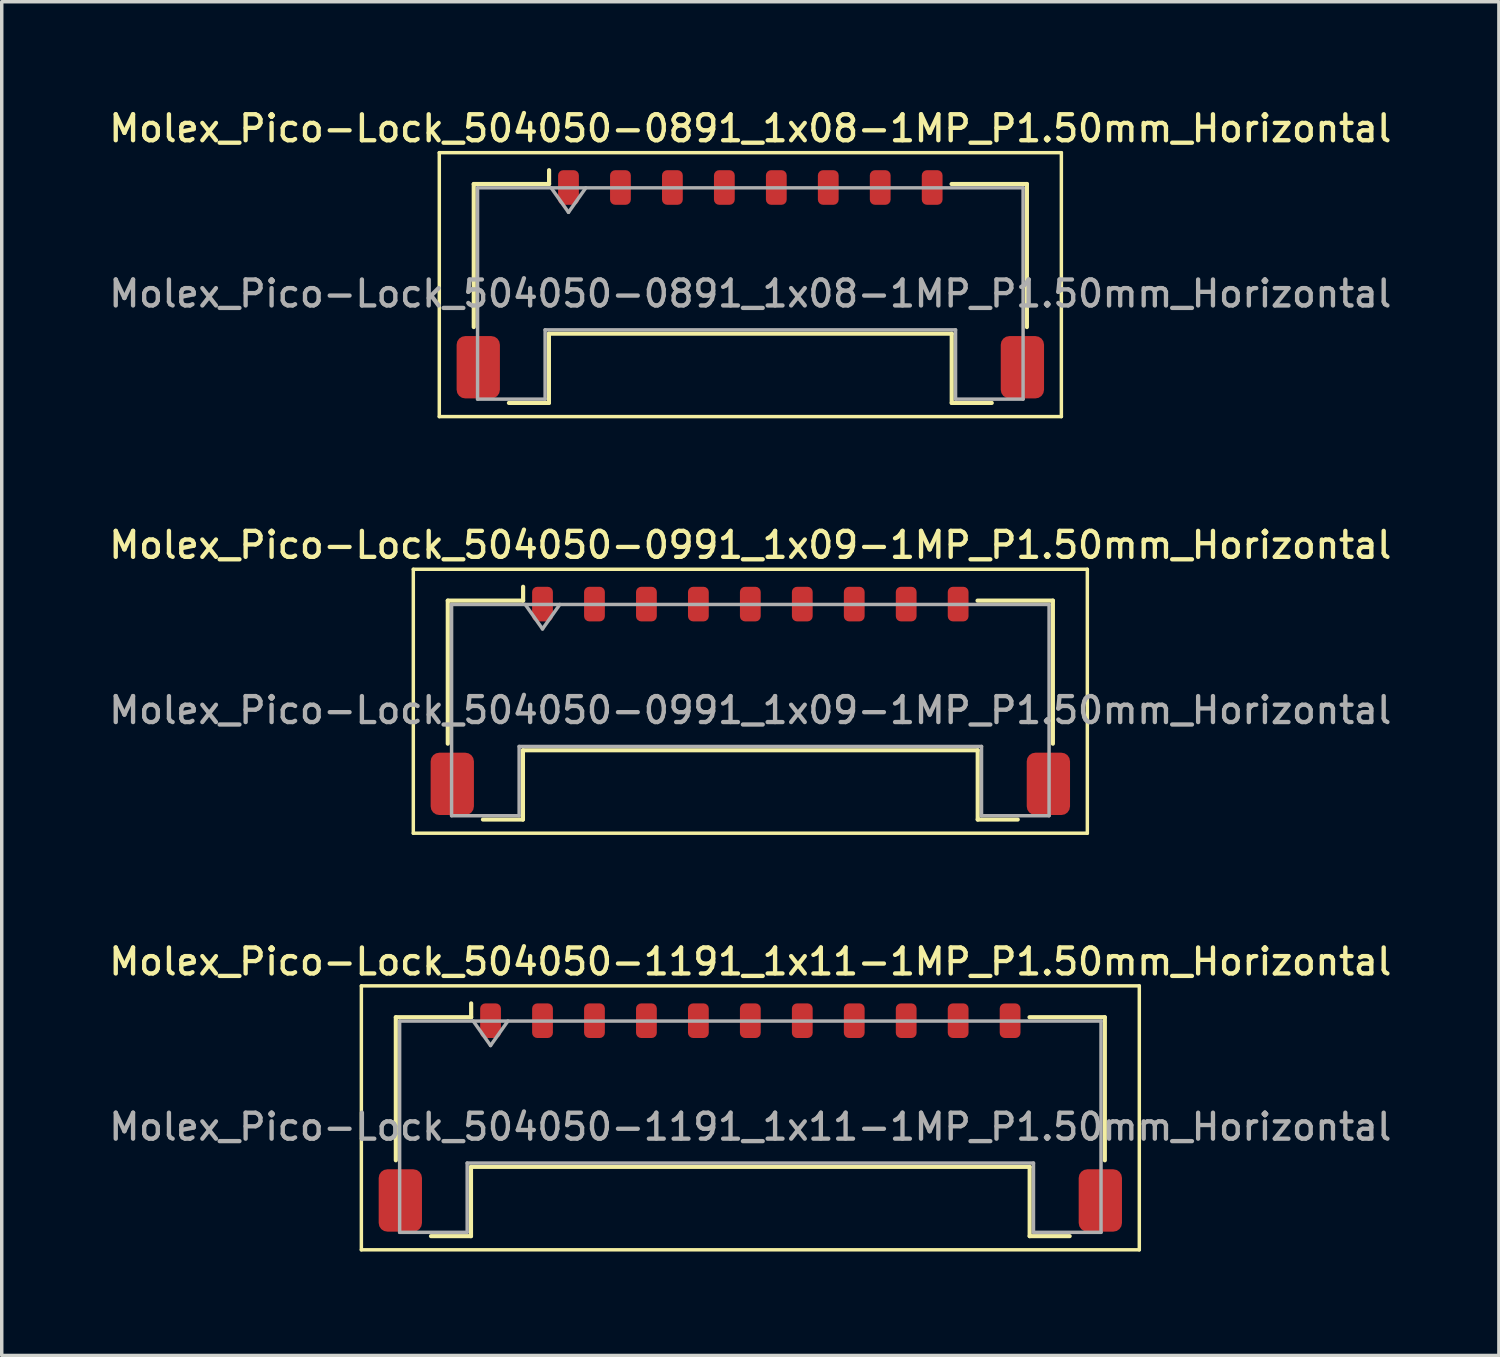
<source format=kicad_pcb>
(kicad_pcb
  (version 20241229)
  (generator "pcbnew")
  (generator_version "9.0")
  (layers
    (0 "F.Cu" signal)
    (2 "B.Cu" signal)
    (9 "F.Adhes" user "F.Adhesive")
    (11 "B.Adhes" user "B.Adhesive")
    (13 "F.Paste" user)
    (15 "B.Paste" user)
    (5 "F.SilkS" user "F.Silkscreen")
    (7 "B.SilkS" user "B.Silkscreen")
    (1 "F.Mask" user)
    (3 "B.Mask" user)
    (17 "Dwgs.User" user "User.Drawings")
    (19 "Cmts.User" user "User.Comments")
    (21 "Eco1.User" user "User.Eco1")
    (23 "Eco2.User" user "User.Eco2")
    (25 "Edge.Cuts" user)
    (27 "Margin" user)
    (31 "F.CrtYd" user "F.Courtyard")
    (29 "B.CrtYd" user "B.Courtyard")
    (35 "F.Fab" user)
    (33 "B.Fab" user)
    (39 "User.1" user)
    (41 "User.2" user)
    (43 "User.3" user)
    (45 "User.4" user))
  (footprint "Molex_Pico-Lock_504050-0891_1x08-1MP_P1.50mm_Horizontal"
    (layer "F.Cu")
    (at 18.613 5.158)
    (property "Reference" "Molex_Pico-Lock_504050-0891_1x08-1MP_P1.50mm_Horizontal" (at 0 -4.5 0) (layer "F.SilkS") (effects (font (size 0.75 0.75) (thickness 0.125))))
    (attr smd)
    (fp_line (start -8.98 -3.8) (end -8.98 3.82) (stroke (width 0.1) (type solid)) (layer "F.SilkS"))
    (fp_line (start -8.98 3.82) (end 8.98 3.82) (stroke (width 0.1) (type solid)) (layer "F.SilkS"))
    (fp_line (start -7.985 -2.895) (end -5.81 -2.895) (stroke (width 0.12) (type solid)) (layer "F.SilkS"))
    (fp_line (start -7.985 1.235) (end -7.985 -2.895) (stroke (width 0.12) (type solid)) (layer "F.SilkS"))
    (fp_line (start -6.97 3.425) (end -5.815 3.425) (stroke (width 0.12) (type solid)) (layer "F.SilkS"))
    (fp_line (start -5.815 1.425) (end 5.815 1.425) (stroke (width 0.12) (type solid)) (layer "F.SilkS"))
    (fp_line (start -5.815 3.425) (end -5.815 1.425) (stroke (width 0.12) (type solid)) (layer "F.SilkS"))
    (fp_line (start -5.81 -2.895) (end -5.81 -3.295) (stroke (width 0.12) (type solid)) (layer "F.SilkS"))
    (fp_line (start 5.815 1.425) (end 5.815 3.425) (stroke (width 0.12) (type solid)) (layer "F.SilkS"))
    (fp_line (start 5.815 3.425) (end 6.97 3.425) (stroke (width 0.12) (type solid)) (layer "F.SilkS"))
    (fp_line (start 7.985 -2.895) (end 5.81 -2.895) (stroke (width 0.12) (type solid)) (layer "F.SilkS"))
    (fp_line (start 7.985 1.235) (end 7.985 -2.895) (stroke (width 0.12) (type solid)) (layer "F.SilkS"))
    (fp_line (start 8.98 -3.8) (end -8.98 -3.8) (stroke (width 0.1) (type solid)) (layer "F.SilkS"))
    (fp_line (start 8.98 3.82) (end 8.98 -3.8) (stroke (width 0.1) (type solid)) (layer "F.SilkS"))
    (fp_line (start -7.875 -2.785) (end -7.875 3.315) (stroke (width 0.1) (type solid)) (layer "F.Fab"))
    (fp_line (start -7.875 -2.785) (end 7.875 -2.785) (stroke (width 0.1) (type solid)) (layer "F.Fab"))
    (fp_line (start -7.875 3.315) (end -5.925 3.315) (stroke (width 0.1) (type solid)) (layer "F.Fab"))
    (fp_line (start -5.925 1.315) (end 5.925 1.315) (stroke (width 0.1) (type solid)) (layer "F.Fab"))
    (fp_line (start -5.925 3.315) (end -5.925 1.315) (stroke (width 0.1) (type solid)) (layer "F.Fab"))
    (fp_line (start -5.75 -2.785) (end -5.25 -2.078) (stroke (width 0.1) (type solid)) (layer "F.Fab"))
    (fp_line (start -5.25 -2.078) (end -4.75 -2.785) (stroke (width 0.1) (type solid)) (layer "F.Fab"))
    (fp_line (start 5.925 1.315) (end 5.925 3.315) (stroke (width 0.1) (type solid)) (layer "F.Fab"))
    (fp_line (start 5.925 3.315) (end 7.875 3.315) (stroke (width 0.1) (type solid)) (layer "F.Fab"))
    (fp_line (start 7.875 -2.785) (end 7.875 3.315) (stroke (width 0.1) (type solid)) (layer "F.Fab"))
    (fp_text user "${REFERENCE}" (at 0 0.27 0) (layer "F.Fab") (effects (font (size 0.75 0.75) (thickness 0.125))))
    (pad "1" smd roundrect (at -5.25 -2.795) (size 0.6 1) (layers "F.Cu" "F.Mask" "F.Paste") (roundrect_rratio 0.25))
    (pad "2" smd roundrect (at -3.75 -2.795) (size 0.6 1) (layers "F.Cu" "F.Mask" "F.Paste") (roundrect_rratio 0.25))
    (pad "3" smd roundrect (at -2.25 -2.795) (size 0.6 1) (layers "F.Cu" "F.Mask" "F.Paste") (roundrect_rratio 0.25))
    (pad "4" smd roundrect (at -0.75 -2.795) (size 0.6 1) (layers "F.Cu" "F.Mask" "F.Paste") (roundrect_rratio 0.25))
    (pad "5" smd roundrect (at 0.75 -2.795) (size 0.6 1) (layers "F.Cu" "F.Mask" "F.Paste") (roundrect_rratio 0.25))
    (pad "6" smd roundrect (at 2.25 -2.795) (size 0.6 1) (layers "F.Cu" "F.Mask" "F.Paste") (roundrect_rratio 0.25))
    (pad "7" smd roundrect (at 3.75 -2.795) (size 0.6 1) (layers "F.Cu" "F.Mask" "F.Paste") (roundrect_rratio 0.25))
    (pad "8" smd roundrect (at 5.25 -2.795) (size 0.6 1) (layers "F.Cu" "F.Mask" "F.Paste") (roundrect_rratio 0.25))
    (pad "MP" smd roundrect (at -7.855 2.395) (size 1.25 1.8) (layers "F.Cu" "F.Mask" "F.Paste") (roundrect_rratio 0.2))
    (pad "MP" smd roundrect (at 7.855 2.395) (size 1.25 1.8) (layers "F.Cu" "F.Mask" "F.Paste") (roundrect_rratio 0.2)))
  (footprint "Molex_Pico-Lock_504050-0991_1x09-1MP_P1.50mm_Horizontal"
    (layer "F.Cu")
    (at 18.613 17.186)
    (property "Reference" "Molex_Pico-Lock_504050-0991_1x09-1MP_P1.50mm_Horizontal" (at 0 -4.5 0) (layer "F.SilkS") (effects (font (size 0.75 0.75) (thickness 0.125))))
    (attr smd)
    (fp_line (start -9.73 -3.8) (end -9.73 3.82) (stroke (width 0.1) (type solid)) (layer "F.SilkS"))
    (fp_line (start -9.73 3.82) (end 9.73 3.82) (stroke (width 0.1) (type solid)) (layer "F.SilkS"))
    (fp_line (start -8.735 -2.895) (end -6.56 -2.895) (stroke (width 0.12) (type solid)) (layer "F.SilkS"))
    (fp_line (start -8.735 1.235) (end -8.735 -2.895) (stroke (width 0.12) (type solid)) (layer "F.SilkS"))
    (fp_line (start -7.72 3.425) (end -6.565 3.425) (stroke (width 0.12) (type solid)) (layer "F.SilkS"))
    (fp_line (start -6.565 1.425) (end 6.565 1.425) (stroke (width 0.12) (type solid)) (layer "F.SilkS"))
    (fp_line (start -6.565 3.425) (end -6.565 1.425) (stroke (width 0.12) (type solid)) (layer "F.SilkS"))
    (fp_line (start -6.56 -2.895) (end -6.56 -3.295) (stroke (width 0.12) (type solid)) (layer "F.SilkS"))
    (fp_line (start 6.565 1.425) (end 6.565 3.425) (stroke (width 0.12) (type solid)) (layer "F.SilkS"))
    (fp_line (start 6.565 3.425) (end 7.72 3.425) (stroke (width 0.12) (type solid)) (layer "F.SilkS"))
    (fp_line (start 8.735 -2.895) (end 6.56 -2.895) (stroke (width 0.12) (type solid)) (layer "F.SilkS"))
    (fp_line (start 8.735 1.235) (end 8.735 -2.895) (stroke (width 0.12) (type solid)) (layer "F.SilkS"))
    (fp_line (start 9.73 -3.8) (end -9.73 -3.8) (stroke (width 0.1) (type solid)) (layer "F.SilkS"))
    (fp_line (start 9.73 3.82) (end 9.73 -3.8) (stroke (width 0.1) (type solid)) (layer "F.SilkS"))
    (fp_line (start -8.625 -2.785) (end -8.625 3.315) (stroke (width 0.1) (type solid)) (layer "F.Fab"))
    (fp_line (start -8.625 -2.785) (end 8.625 -2.785) (stroke (width 0.1) (type solid)) (layer "F.Fab"))
    (fp_line (start -8.625 3.315) (end -6.675 3.315) (stroke (width 0.1) (type solid)) (layer "F.Fab"))
    (fp_line (start -6.675 1.315) (end 6.675 1.315) (stroke (width 0.1) (type solid)) (layer "F.Fab"))
    (fp_line (start -6.675 3.315) (end -6.675 1.315) (stroke (width 0.1) (type solid)) (layer "F.Fab"))
    (fp_line (start -6.5 -2.785) (end -6 -2.078) (stroke (width 0.1) (type solid)) (layer "F.Fab"))
    (fp_line (start -6 -2.078) (end -5.5 -2.785) (stroke (width 0.1) (type solid)) (layer "F.Fab"))
    (fp_line (start 6.675 1.315) (end 6.675 3.315) (stroke (width 0.1) (type solid)) (layer "F.Fab"))
    (fp_line (start 6.675 3.315) (end 8.625 3.315) (stroke (width 0.1) (type solid)) (layer "F.Fab"))
    (fp_line (start 8.625 -2.785) (end 8.625 3.315) (stroke (width 0.1) (type solid)) (layer "F.Fab"))
    (fp_text user "${REFERENCE}" (at 0 0.27 0) (layer "F.Fab") (effects (font (size 0.75 0.75) (thickness 0.125))))
    (pad "1" smd roundrect (at -6 -2.795) (size 0.6 1) (layers "F.Cu" "F.Mask" "F.Paste") (roundrect_rratio 0.25))
    (pad "2" smd roundrect (at -4.5 -2.795) (size 0.6 1) (layers "F.Cu" "F.Mask" "F.Paste") (roundrect_rratio 0.25))
    (pad "3" smd roundrect (at -3 -2.795) (size 0.6 1) (layers "F.Cu" "F.Mask" "F.Paste") (roundrect_rratio 0.25))
    (pad "4" smd roundrect (at -1.5 -2.795) (size 0.6 1) (layers "F.Cu" "F.Mask" "F.Paste") (roundrect_rratio 0.25))
    (pad "5" smd roundrect (at 0 -2.795) (size 0.6 1) (layers "F.Cu" "F.Mask" "F.Paste") (roundrect_rratio 0.25))
    (pad "6" smd roundrect (at 1.5 -2.795) (size 0.6 1) (layers "F.Cu" "F.Mask" "F.Paste") (roundrect_rratio 0.25))
    (pad "7" smd roundrect (at 3 -2.795) (size 0.6 1) (layers "F.Cu" "F.Mask" "F.Paste") (roundrect_rratio 0.25))
    (pad "8" smd roundrect (at 4.5 -2.795) (size 0.6 1) (layers "F.Cu" "F.Mask" "F.Paste") (roundrect_rratio 0.25))
    (pad "9" smd roundrect (at 6 -2.795) (size 0.6 1) (layers "F.Cu" "F.Mask" "F.Paste") (roundrect_rratio 0.25))
    (pad "MP" smd roundrect (at -8.605 2.395) (size 1.25 1.8) (layers "F.Cu" "F.Mask" "F.Paste") (roundrect_rratio 0.2))
    (pad "MP" smd roundrect (at 8.605 2.395) (size 1.25 1.8) (layers "F.Cu" "F.Mask" "F.Paste") (roundrect_rratio 0.2)))
  (footprint "Molex_Pico-Lock_504050-1191_1x11-1MP_P1.50mm_Horizontal"
    (layer "F.Cu")
    (at 18.613 29.214)
    (property "Reference" "Molex_Pico-Lock_504050-1191_1x11-1MP_P1.50mm_Horizontal" (at 0 -4.5 0) (layer "F.SilkS") (effects (font (size 0.75 0.75) (thickness 0.125))))
    (attr smd)
    (fp_line (start -11.23 -3.8) (end -11.23 3.82) (stroke (width 0.1) (type solid)) (layer "F.SilkS"))
    (fp_line (start -11.23 3.82) (end 11.23 3.82) (stroke (width 0.1) (type solid)) (layer "F.SilkS"))
    (fp_line (start -10.235 -2.895) (end -8.06 -2.895) (stroke (width 0.12) (type solid)) (layer "F.SilkS"))
    (fp_line (start -10.235 1.235) (end -10.235 -2.895) (stroke (width 0.12) (type solid)) (layer "F.SilkS"))
    (fp_line (start -9.22 3.425) (end -8.065 3.425) (stroke (width 0.12) (type solid)) (layer "F.SilkS"))
    (fp_line (start -8.065 1.425) (end 8.065 1.425) (stroke (width 0.12) (type solid)) (layer "F.SilkS"))
    (fp_line (start -8.065 3.425) (end -8.065 1.425) (stroke (width 0.12) (type solid)) (layer "F.SilkS"))
    (fp_line (start -8.06 -2.895) (end -8.06 -3.295) (stroke (width 0.12) (type solid)) (layer "F.SilkS"))
    (fp_line (start 8.065 1.425) (end 8.065 3.425) (stroke (width 0.12) (type solid)) (layer "F.SilkS"))
    (fp_line (start 8.065 3.425) (end 9.22 3.425) (stroke (width 0.12) (type solid)) (layer "F.SilkS"))
    (fp_line (start 10.235 -2.895) (end 8.06 -2.895) (stroke (width 0.12) (type solid)) (layer "F.SilkS"))
    (fp_line (start 10.235 1.235) (end 10.235 -2.895) (stroke (width 0.12) (type solid)) (layer "F.SilkS"))
    (fp_line (start 11.23 -3.8) (end -11.23 -3.8) (stroke (width 0.1) (type solid)) (layer "F.SilkS"))
    (fp_line (start 11.23 3.82) (end 11.23 -3.8) (stroke (width 0.1) (type solid)) (layer "F.SilkS"))
    (fp_line (start -10.125 -2.785) (end -10.125 3.315) (stroke (width 0.1) (type solid)) (layer "F.Fab"))
    (fp_line (start -10.125 -2.785) (end 10.125 -2.785) (stroke (width 0.1) (type solid)) (layer "F.Fab"))
    (fp_line (start -10.125 3.315) (end -8.175 3.315) (stroke (width 0.1) (type solid)) (layer "F.Fab"))
    (fp_line (start -8.175 1.315) (end 8.175 1.315) (stroke (width 0.1) (type solid)) (layer "F.Fab"))
    (fp_line (start -8.175 3.315) (end -8.175 1.315) (stroke (width 0.1) (type solid)) (layer "F.Fab"))
    (fp_line (start -8 -2.785) (end -7.5 -2.078) (stroke (width 0.1) (type solid)) (layer "F.Fab"))
    (fp_line (start -7.5 -2.078) (end -7 -2.785) (stroke (width 0.1) (type solid)) (layer "F.Fab"))
    (fp_line (start 8.175 1.315) (end 8.175 3.315) (stroke (width 0.1) (type solid)) (layer "F.Fab"))
    (fp_line (start 8.175 3.315) (end 10.125 3.315) (stroke (width 0.1) (type solid)) (layer "F.Fab"))
    (fp_line (start 10.125 -2.785) (end 10.125 3.315) (stroke (width 0.1) (type solid)) (layer "F.Fab"))
    (fp_text user "${REFERENCE}" (at 0 0.27 0) (layer "F.Fab") (effects (font (size 0.75 0.75) (thickness 0.125))))
    (pad "1" smd roundrect (at -7.5 -2.795) (size 0.6 1) (layers "F.Cu" "F.Mask" "F.Paste") (roundrect_rratio 0.25))
    (pad "2" smd roundrect (at -6 -2.795) (size 0.6 1) (layers "F.Cu" "F.Mask" "F.Paste") (roundrect_rratio 0.25))
    (pad "3" smd roundrect (at -4.5 -2.795) (size 0.6 1) (layers "F.Cu" "F.Mask" "F.Paste") (roundrect_rratio 0.25))
    (pad "4" smd roundrect (at -3 -2.795) (size 0.6 1) (layers "F.Cu" "F.Mask" "F.Paste") (roundrect_rratio 0.25))
    (pad "5" smd roundrect (at -1.5 -2.795) (size 0.6 1) (layers "F.Cu" "F.Mask" "F.Paste") (roundrect_rratio 0.25))
    (pad "6" smd roundrect (at 0 -2.795) (size 0.6 1) (layers "F.Cu" "F.Mask" "F.Paste") (roundrect_rratio 0.25))
    (pad "7" smd roundrect (at 1.5 -2.795) (size 0.6 1) (layers "F.Cu" "F.Mask" "F.Paste") (roundrect_rratio 0.25))
    (pad "8" smd roundrect (at 3 -2.795) (size 0.6 1) (layers "F.Cu" "F.Mask" "F.Paste") (roundrect_rratio 0.25))
    (pad "9" smd roundrect (at 4.5 -2.795) (size 0.6 1) (layers "F.Cu" "F.Mask" "F.Paste") (roundrect_rratio 0.25))
    (pad "10" smd roundrect (at 6 -2.795) (size 0.6 1) (layers "F.Cu" "F.Mask" "F.Paste") (roundrect_rratio 0.25))
    (pad "11" smd roundrect (at 7.5 -2.795) (size 0.6 1) (layers "F.Cu" "F.Mask" "F.Paste") (roundrect_rratio 0.25))
    (pad "MP" smd roundrect (at -10.105 2.395) (size 1.25 1.8) (layers "F.Cu" "F.Mask" "F.Paste") (roundrect_rratio 0.2))
    (pad "MP" smd roundrect (at 10.105 2.395) (size 1.25 1.8) (layers "F.Cu" "F.Mask" "F.Paste") (roundrect_rratio 0.2)))
  (gr_rect
    (start -3 -3)
    (end 40.225 36.084)
    (stroke (width 0.1) (type default))
    (fill no)
    (layer "Edge.Cuts")))
</source>
